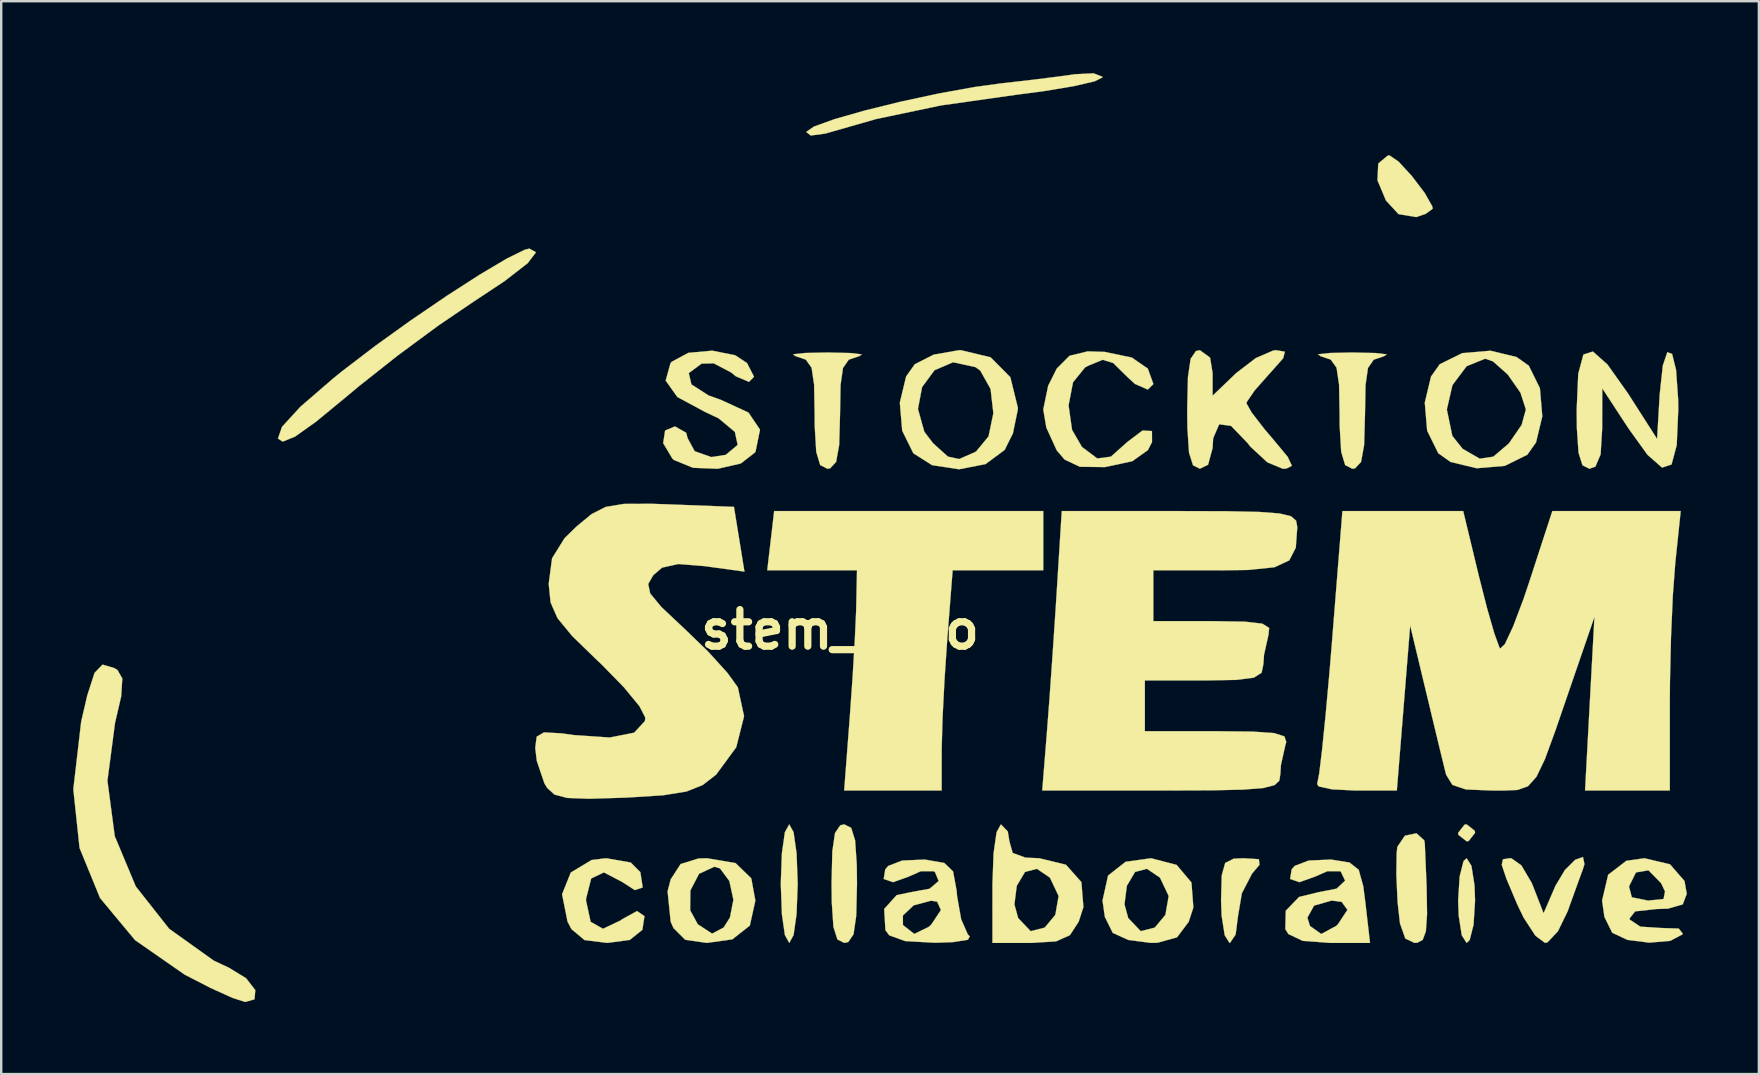
<source format=kicad_pcb>
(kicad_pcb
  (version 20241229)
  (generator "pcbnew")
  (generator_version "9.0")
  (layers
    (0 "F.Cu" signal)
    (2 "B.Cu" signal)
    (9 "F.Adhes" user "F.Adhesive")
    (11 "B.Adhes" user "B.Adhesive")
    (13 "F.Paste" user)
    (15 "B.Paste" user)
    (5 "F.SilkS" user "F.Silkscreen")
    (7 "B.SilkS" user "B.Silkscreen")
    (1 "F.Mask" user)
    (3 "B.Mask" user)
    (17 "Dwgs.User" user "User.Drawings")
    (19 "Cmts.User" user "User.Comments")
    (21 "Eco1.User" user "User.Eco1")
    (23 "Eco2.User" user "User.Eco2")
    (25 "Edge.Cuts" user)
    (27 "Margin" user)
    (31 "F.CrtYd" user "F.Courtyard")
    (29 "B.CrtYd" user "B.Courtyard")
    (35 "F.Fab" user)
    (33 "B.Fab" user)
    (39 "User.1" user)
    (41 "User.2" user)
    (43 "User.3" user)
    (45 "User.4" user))
  (footprint "stem_logo"
    (layer "F.Cu")
    (at 31.95 23.183)
    (property "Reference" "stem_logo" (at 0 0 0) (layer "F.SilkS") (effects (font (size 1.524 1.524) (thickness 0.3))))
    (attr through_hole)
    (fp_poly (pts (xy 26.448 8.382) (xy 26.458 8.467) (xy 26.19 8.809) (xy 26.106 8.819) (xy 25.763 8.551) (xy 25.753 8.467) (xy 26.021 8.124) (xy 26.106 8.114) (xy 26.448 8.382)) (stroke (width 0.01) (type solid)) (fill yes) (layer "F.SilkS"))
    (fp_poly (pts (xy 26.307 9.842) (xy 26.435 10.654) (xy 26.458 11.289) (xy 26.395 12.295) (xy 26.233 12.934) (xy 26.106 13.053) (xy 25.904 12.735) (xy 25.777 11.924) (xy 25.753 11.289) (xy 25.816 10.283) (xy 25.978 9.644) (xy 26.106 9.525) (xy 26.307 9.842)) (stroke (width 0.01) (type solid)) (fill yes) (layer "F.SilkS"))
    (fp_poly (pts (xy 23.271 -19.5) (xy 23.826 -18.897) (xy 24.36 -18.194) (xy 24.674 -17.639) (xy 24.694 -17.537) (xy 24.404 -17.324) (xy 24.005 -17.188) (xy 23.269 -17.311) (xy 22.744 -17.881) (xy 22.392 -18.721) (xy 22.424 -19.419) (xy 22.821 -19.751) (xy 22.895 -19.756) (xy 23.271 -19.5)) (stroke (width 0.01) (type solid)) (fill yes) (layer "F.SilkS"))
    (fp_poly (pts (xy 17.452 9.566) (xy 17.476 9.798) (xy 17.164 10.17) (xy 16.742 10.984) (xy 16.581 11.934) (xy 16.483 12.703) (xy 16.248 13.051) (xy 16.228 13.053) (xy 16.027 12.735) (xy 15.899 11.924) (xy 15.875 11.289) (xy 15.902 10.243) (xy 16.046 9.722) (xy 16.404 9.543) (xy 16.812 9.525) (xy 17.452 9.566)) (stroke (width 0.01) (type solid)) (fill yes) (layer "F.SilkS"))
    (fp_poly (pts (xy -1.936 8.44) (xy -1.811 9.315) (xy -1.764 10.581) (xy -1.764 10.583) (xy -1.811 11.85) (xy -1.935 12.725) (xy -2.116 13.053) (xy -2.117 13.053) (xy -2.298 12.726) (xy -2.423 11.852) (xy -2.469 10.586) (xy -2.469 10.583) (xy -2.423 9.317) (xy -2.298 8.441) (xy -2.117 8.114) (xy -2.117 8.114) (xy -1.936 8.44)) (stroke (width 0.01) (type solid)) (fill yes) (layer "F.SilkS"))
    (fp_poly (pts (xy 0.464 8.259) (xy 0.628 8.781) (xy 0.698 9.81) (xy 0.706 10.583) (xy 0.674 11.925) (xy 0.563 12.693) (xy 0.342 13.017) (xy 0.176 13.053) (xy -0.111 12.908) (xy -0.276 12.385) (xy -0.345 11.356) (xy -0.353 10.583) (xy -0.322 9.242) (xy -0.21 8.474) (xy 0.011 8.15) (xy 0.176 8.114) (xy 0.464 8.259)) (stroke (width 0.01) (type solid)) (fill yes) (layer "F.SilkS"))
    (fp_poly (pts (xy 24.343 8.783) (xy 24.363 8.908) (xy 24.439 10.677) (xy 24.458 11.86) (xy 24.408 12.571) (xy 24.276 12.928) (xy 24.051 13.046) (xy 23.935 13.053) (xy 23.552 12.872) (xy 23.329 12.238) (xy 23.229 11.339) (xy 23.179 10.203) (xy 23.192 9.299) (xy 23.221 9.046) (xy 23.535 8.586) (xy 24.016 8.485) (xy 24.343 8.783)) (stroke (width 0.01) (type solid)) (fill yes) (layer "F.SilkS"))
    (fp_poly (pts (xy 8.467 -2.469) (xy 4.691 -2.469) (xy 4.464 0.441) (xy 4.354 2.069) (xy 4.272 3.665) (xy 4.236 4.913) (xy 4.235 5.027) (xy 4.233 6.703) (xy 0.172 6.703) (xy 0.408 3.616) (xy 0.522 1.993) (xy 0.615 0.441) (xy 0.669 -0.757) (xy 0.675 -0.97) (xy 0.706 -2.469) (xy -3.033 -2.469) (xy -2.889 -3.704) (xy -2.745 -4.939) (xy 8.467 -4.939) (xy 8.467 -2.469)) (stroke (width 0.01) (type solid)) (fill yes) (layer "F.SilkS"))
    (fp_poly (pts (xy 0.437 -11.524) (xy 0.908 -11.468) (xy 0.794 -11.393) (xy 0.362 -11.246) (xy 0.123 -10.902) (xy 0.021 -10.191) (xy 0 -8.971) (xy -0.036 -7.693) (xy -0.164 -6.986) (xy -0.416 -6.717) (xy -0.529 -6.703) (xy -0.827 -6.857) (xy -0.992 -7.408) (xy -1.055 -8.487) (xy -1.058 -8.971) (xy -1.081 -10.209) (xy -1.185 -10.911) (xy -1.427 -11.25) (xy -1.852 -11.393) (xy -1.959 -11.471) (xy -1.468 -11.526) (xy -0.529 -11.546) (xy 0.437 -11.524)) (stroke (width 0.01) (type solid)) (fill yes) (layer "F.SilkS"))
    (fp_poly (pts (xy 10.931 -23.037) (xy 10.936 -23.01) (xy 10.609 -22.845) (xy 9.727 -22.641) (xy 8.435 -22.427) (xy 7.32 -22.282) (xy 4.204 -21.84) (xy 1.511 -21.275) (xy -0.617 -20.667) (xy -1.221 -20.587) (xy -1.411 -20.734) (xy -1.089 -20.959) (xy -0.225 -21.27) (xy 1.03 -21.628) (xy 2.522 -21.996) (xy 4.1 -22.335) (xy 5.611 -22.609) (xy 6.703 -22.758) (xy 8.044 -22.911) (xy 9.29 -23.069) (xy 9.79 -23.14) (xy 10.564 -23.178) (xy 10.931 -23.037)) (stroke (width 0.01) (type solid)) (fill yes) (layer "F.SilkS"))
    (fp_poly (pts (xy 22.31 -11.524) (xy 22.781 -11.468) (xy 22.666 -11.393) (xy 22.235 -11.246) (xy 21.996 -10.902) (xy 21.894 -10.191) (xy 21.872 -8.971) (xy 21.836 -7.693) (xy 21.708 -6.986) (xy 21.456 -6.717) (xy 21.343 -6.703) (xy 21.045 -6.857) (xy 20.88 -7.408) (xy 20.817 -8.487) (xy 20.814 -8.971) (xy 20.792 -10.209) (xy 20.687 -10.911) (xy 20.445 -11.25) (xy 20.02 -11.393) (xy 19.913 -11.471) (xy 20.404 -11.526) (xy 21.343 -11.546) (xy 22.31 -11.524)) (stroke (width 0.01) (type solid)) (fill yes) (layer "F.SilkS"))
    (fp_poly (pts (xy -12.669 -15.721) (xy -13.015 -15.267) (xy -13.972 -14.524) (xy -15.26 -13.671) (xy -16.741 -12.666) (xy -18.443 -11.41) (xy -20.064 -10.127) (xy -20.52 -9.745) (xy -21.831 -8.665) (xy -22.709 -8.041) (xy -23.22 -7.834) (xy -23.42 -7.96) (xy -23.249 -8.451) (xy -22.485 -9.284) (xy -21.121 -10.464) (xy -20.717 -10.789) (xy -19.369 -11.819) (xy -17.884 -12.885) (xy -16.39 -13.903) (xy -15.015 -14.789) (xy -13.887 -15.458) (xy -13.134 -15.828) (xy -12.944 -15.875) (xy -12.669 -15.721)) (stroke (width 0.01) (type solid)) (fill yes) (layer "F.SilkS"))
    (fp_poly (pts (xy 31.016 9.769) (xy 30.956 9.966) (xy 30.736 10.569) (xy 30.399 11.503) (xy 30.318 11.73) (xy 29.911 12.568) (xy 29.48 13.025) (xy 29.374 13.053) (xy 28.974 12.755) (xy 28.478 11.995) (xy 28.21 11.436) (xy 27.761 10.371) (xy 27.57 9.8) (xy 27.619 9.57) (xy 27.886 9.525) (xy 27.968 9.525) (xy 28.387 9.822) (xy 28.816 10.549) (xy 28.867 10.672) (xy 29.313 11.818) (xy 29.809 10.672) (xy 30.198 10.019) (xy 30.63 9.589) (xy 30.954 9.475) (xy 31.016 9.769)) (stroke (width 0.01) (type solid)) (fill yes) (layer "F.SilkS"))
    (fp_poly (pts (xy -8.721 9.703) (xy -8.32 10.105) (xy -8.222 10.743) (xy -8.551 10.852) (xy -9.082 10.51) (xy -9.839 10.116) (xy -10.369 10.369) (xy -10.583 11.219) (xy -10.583 11.289) (xy -10.392 12.174) (xy -9.878 12.464) (xy -9.133 12.111) (xy -9.082 12.068) (xy -8.458 11.726) (xy -8.148 11.938) (xy -8.236 12.508) (xy -8.76 12.928) (xy -9.698 13.053) (xy -10.646 12.934) (xy -11.189 12.48) (xy -11.353 12.171) (xy -11.582 11.026) (xy -11.219 10.121) (xy -10.351 9.598) (xy -9.747 9.525) (xy -8.721 9.703)) (stroke (width 0.01) (type solid)) (fill yes) (layer "F.SilkS"))
    (fp_poly (pts (xy -30.237 1.602) (xy -30.104 1.684) (xy -29.904 2.037) (xy -29.951 2.78) (xy -30.207 3.883) (xy -30.524 6.296) (xy -30.219 8.604) (xy -29.344 10.698) (xy -27.951 12.465) (xy -26.09 13.794) (xy -25.469 14.083) (xy -24.746 14.525) (xy -24.362 15.022) (xy -24.396 15.404) (xy -24.783 15.513) (xy -25.301 15.349) (xy -26.228 14.929) (xy -27.31 14.372) (xy -29.375 12.935) (xy -30.831 11.184) (xy -31.685 9.097) (xy -31.945 6.653) (xy -31.618 3.832) (xy -31.362 2.734) (xy -31.06 1.8) (xy -30.727 1.458) (xy -30.237 1.602)) (stroke (width 0.01) (type solid)) (fill yes) (layer "F.SilkS"))
    (fp_poly (pts (xy -4.354 9.727) (xy -3.698 10.363) (xy -3.528 11.289) (xy -3.759 12.332) (xy -4.487 12.904) (xy -5.547 13.053) (xy -6.448 12.924) (xy -6.939 12.436) (xy -7.056 12.171) (xy -7.105 11.692) (xy -6.245 11.692) (xy -5.927 12.277) (xy -5.33 12.667) (xy -4.849 12.411) (xy -4.586 11.994) (xy -4.443 11.255) (xy -4.612 10.473) (xy -5.002 9.949) (xy -5.234 9.878) (xy -5.872 10.171) (xy -6.236 10.867) (xy -6.245 11.692) (xy -7.105 11.692) (xy -7.185 10.904) (xy -7.056 10.407) (xy -6.641 9.766) (xy -5.904 9.537) (xy -5.547 9.525) (xy -4.354 9.727)) (stroke (width 0.01) (type solid)) (fill yes) (layer "F.SilkS"))
    (fp_poly (pts (xy 14.024 9.803) (xy 14.642 10.537) (xy 14.721 11.578) (xy 14.528 12.171) (xy 14.039 12.822) (xy 13.223 13.046) (xy 12.955 13.053) (xy 12.017 12.932) (xy 11.372 12.641) (xy 11.359 12.629) (xy 11.033 11.97) (xy 10.959 11.448) (xy 11.851 11.448) (xy 12.006 12.016) (xy 12.528 12.564) (xy 13.115 12.415) (xy 13.555 11.885) (xy 13.693 11.099) (xy 13.33 10.333) (xy 12.787 9.966) (xy 12.293 10.096) (xy 11.949 10.675) (xy 11.851 11.448) (xy 10.959 11.448) (xy 10.936 11.289) (xy 11.168 10.246) (xy 11.896 9.674) (xy 12.955 9.525) (xy 14.024 9.803)) (stroke (width 0.01) (type solid)) (fill yes) (layer "F.SilkS"))
    (fp_poly (pts (xy 31.977 -11.044) (xy 32.828 -9.842) (xy 32.86 -9.793) (xy 34.043 -7.944) (xy 34.15 -9.793) (xy 34.282 -11.008) (xy 34.469 -11.56) (xy 34.668 -11.485) (xy 34.833 -10.817) (xy 34.92 -9.592) (xy 34.925 -9.172) (xy 34.86 -7.685) (xy 34.645 -6.881) (xy 34.25 -6.75) (xy 33.645 -7.28) (xy 32.854 -8.378) (xy 31.758 -10.054) (xy 31.754 -8.378) (xy 31.689 -7.299) (xy 31.472 -6.79) (xy 31.221 -6.703) (xy 30.933 -6.848) (xy 30.769 -7.37) (xy 30.699 -8.399) (xy 30.692 -9.172) (xy 30.757 -10.66) (xy 30.972 -11.461) (xy 31.368 -11.587) (xy 31.977 -11.044)) (stroke (width 0.01) (type solid)) (fill yes) (layer "F.SilkS"))
    (fp_poly (pts (xy 6.989 8.409) (xy 7.056 8.819) (xy 7.193 9.305) (xy 7.729 9.501) (xy 8.298 9.525) (xy 9.414 9.796) (xy 10.056 10.521) (xy 10.14 11.562) (xy 9.942 12.171) (xy 9.577 12.731) (xy 9 12.989) (xy 7.97 13.053) (xy 7.945 13.053) (xy 6.35 13.053) (xy 6.35 11.448) (xy 7.265 11.448) (xy 7.42 12.016) (xy 7.942 12.564) (xy 8.528 12.415) (xy 8.969 11.885) (xy 9.107 11.099) (xy 8.744 10.333) (xy 8.201 9.966) (xy 7.707 10.096) (xy 7.363 10.675) (xy 7.265 11.448) (xy 6.35 11.448) (xy 6.35 10.583) (xy 6.397 9.317) (xy 6.522 8.441) (xy 6.702 8.114) (xy 6.703 8.114) (xy 6.989 8.409)) (stroke (width 0.01) (type solid)) (fill yes) (layer "F.SilkS"))
    (fp_poly (pts (xy 28.185 -11.359) (xy 28.697 -10.997) (xy 29.16 -10.058) (xy 29.259 -8.886) (xy 28.998 -7.799) (xy 28.635 -7.287) (xy 27.697 -6.823) (xy 26.525 -6.724) (xy 25.438 -6.985) (xy 24.926 -7.348) (xy 24.462 -8.287) (xy 24.387 -9.172) (xy 25.282 -9.172) (xy 25.51 -8.074) (xy 25.938 -7.535) (xy 26.653 -7.122) (xy 27.218 -7.206) (xy 27.869 -7.761) (xy 28.398 -8.529) (xy 28.575 -9.172) (xy 28.35 -9.87) (xy 27.82 -10.629) (xy 27.205 -11.176) (xy 26.879 -11.289) (xy 26.106 -10.975) (xy 25.515 -10.188) (xy 25.282 -9.172) (xy 24.387 -9.172) (xy 24.363 -9.459) (xy 24.624 -10.546) (xy 24.987 -11.058) (xy 25.926 -11.521) (xy 27.098 -11.62) (xy 28.185 -11.359)) (stroke (width 0.01) (type solid)) (fill yes) (layer "F.SilkS"))
    (fp_poly (pts (xy 6.275 -11.346) (xy 7.095 -10.519) (xy 7.408 -9.249) (xy 7.408 -9.172) (xy 7.202 -8.176) (xy 6.859 -7.487) (xy 6.063 -6.896) (xy 4.957 -6.681) (xy 3.835 -6.852) (xy 3.053 -7.348) (xy 2.59 -8.287) (xy 2.513 -9.194) (xy 3.246 -9.194) (xy 3.512 -8.243) (xy 3.881 -7.761) (xy 4.494 -7.209) (xy 4.96 -7.107) (xy 5.613 -7.391) (xy 5.668 -7.421) (xy 6.187 -8.05) (xy 6.388 -9.016) (xy 6.272 -10.028) (xy 5.841 -10.794) (xy 5.644 -10.936) (xy 4.709 -11.14) (xy 3.936 -10.808) (xy 3.418 -10.104) (xy 3.246 -9.194) (xy 2.513 -9.194) (xy 2.491 -9.459) (xy 2.752 -10.546) (xy 3.115 -11.058) (xy 3.901 -11.457) (xy 4.945 -11.64) (xy 5.035 -11.642) (xy 6.275 -11.346)) (stroke (width 0.01) (type solid)) (fill yes) (layer "F.SilkS"))
    (fp_poly (pts (xy 11.021 -11.572) (xy 12.155 -11.336) (xy 12.82 -10.878) (xy 12.828 -10.865) (xy 13.056 -10.231) (xy 12.822 -10.001) (xy 12.283 -10.239) (xy 11.977 -10.521) (xy 11.381 -11.108) (xy 10.942 -11.243) (xy 10.345 -10.997) (xy 10.207 -10.924) (xy 9.706 -10.303) (xy 9.522 -9.339) (xy 9.667 -8.322) (xy 10.079 -7.61) (xy 10.716 -7.133) (xy 11.285 -7.207) (xy 11.977 -7.824) (xy 12.603 -8.296) (xy 12.996 -8.273) (xy 12.999 -7.816) (xy 12.828 -7.48) (xy 12.177 -7.017) (xy 11.052 -6.775) (xy 11.021 -6.772) (xy 9.99 -6.785) (xy 9.353 -7.088) (xy 9.029 -7.468) (xy 8.595 -8.417) (xy 8.467 -9.172) (xy 8.672 -10.161) (xy 9.029 -10.876) (xy 9.563 -11.41) (xy 10.315 -11.593) (xy 11.021 -11.572)) (stroke (width 0.01) (type solid)) (fill yes) (layer "F.SilkS"))
    (fp_poly (pts (xy 34.581 9.779) (xy 35.185 10.474) (xy 35.278 11.007) (xy 35.111 11.448) (xy 34.497 11.625) (xy 34.014 11.642) (xy 33.127 11.739) (xy 32.893 12.037) (xy 32.906 12.083) (xy 33.344 12.376) (xy 34.193 12.431) (xy 34.945 12.455) (xy 35.116 12.675) (xy 35.104 12.695) (xy 34.59 12.967) (xy 33.718 13.042) (xy 32.806 12.927) (xy 32.174 12.63) (xy 32.173 12.629) (xy 31.847 11.97) (xy 31.75 11.289) (xy 31.889 10.701) (xy 32.871 10.701) (xy 32.989 11.153) (xy 33.662 11.289) (xy 33.677 11.289) (xy 34.311 11.223) (xy 34.373 10.908) (xy 34.208 10.562) (xy 33.683 10.028) (xy 33.162 10.116) (xy 32.871 10.701) (xy 31.889 10.701) (xy 32.004 10.213) (xy 32.76 9.632) (xy 33.514 9.525) (xy 34.581 9.779)) (stroke (width 0.01) (type solid)) (fill yes) (layer "F.SilkS"))
    (fp_poly (pts (xy 20.504 9.587) (xy 21.229 9.705) (xy 21.61 10.007) (xy 21.801 10.695) (xy 21.888 11.377) (xy 22.081 13.053) (xy 20.427 13.053) (xy 19.278 12.968) (xy 18.679 12.684) (xy 18.552 12.479) (xy 18.564 12) (xy 19.472 12) (xy 19.579 12.347) (xy 20.049 12.681) (xy 20.671 12.346) (xy 20.743 12.277) (xy 21.141 11.675) (xy 20.9 11.342) (xy 20.482 11.289) (xy 19.751 11.498) (xy 19.472 12) (xy 18.564 12) (xy 18.571 11.713) (xy 19.126 11.138) (xy 19.954 10.936) (xy 20.69 10.792) (xy 21.044 10.458) (xy 20.866 10.087) (xy 20.834 10.067) (xy 20.299 10.067) (xy 19.786 10.293) (xy 19.14 10.523) (xy 18.753 10.389) (xy 18.816 9.991) (xy 18.94 9.846) (xy 19.523 9.622) (xy 20.433 9.581) (xy 20.504 9.587)) (stroke (width 0.01) (type solid)) (fill yes) (layer "F.SilkS"))
    (fp_poly (pts (xy 18.533 -11.58) (xy 18.464 -11.308) (xy 17.92 -10.693) (xy 17.881 -10.652) (xy 17.273 -9.963) (xy 16.95 -9.49) (xy 16.933 -9.43) (xy 17.147 -9.049) (xy 17.688 -8.349) (xy 18.028 -7.95) (xy 18.652 -7.198) (xy 18.826 -6.826) (xy 18.592 -6.708) (xy 18.447 -6.703) (xy 17.805 -6.969) (xy 17.095 -7.626) (xy 16.982 -7.771) (xy 16.292 -8.489) (xy 15.798 -8.555) (xy 15.546 -7.975) (xy 15.522 -7.564) (xy 15.334 -6.87) (xy 14.993 -6.703) (xy 14.706 -6.848) (xy 14.541 -7.37) (xy 14.472 -8.399) (xy 14.464 -9.172) (xy 14.495 -10.514) (xy 14.607 -11.282) (xy 14.827 -11.606) (xy 14.993 -11.642) (xy 15.417 -11.332) (xy 15.522 -10.694) (xy 15.522 -9.746) (xy 16.512 -10.694) (xy 17.322 -11.314) (xy 18.055 -11.631) (xy 18.165 -11.642) (xy 18.533 -11.58)) (stroke (width 0.01) (type solid)) (fill yes) (layer "F.SilkS"))
    (fp_poly (pts (xy -4.365 -11.43) (xy -3.873 -11.104) (xy -3.584 -10.537) (xy -3.793 -10.322) (xy -4.341 -10.554) (xy -4.533 -10.712) (xy -5.264 -11.095) (xy -5.77 -11.083) (xy -6.303 -10.686) (xy -6.192 -10.216) (xy -5.481 -9.758) (xy -4.975 -9.578) (xy -3.816 -9.044) (xy -3.334 -8.331) (xy -3.519 -7.426) (xy -3.541 -7.383) (xy -4.133 -6.923) (xy -5.095 -6.702) (xy -6.124 -6.742) (xy -6.919 -7.067) (xy -6.985 -7.126) (xy -7.369 -7.769) (xy -7.289 -8.294) (xy -6.879 -8.467) (xy -6.411 -8.204) (xy -6.35 -7.975) (xy -6.056 -7.433) (xy -5.366 -7.19) (xy -4.763 -7.281) (xy -4.266 -7.696) (xy -4.382 -8.239) (xy -5.056 -8.801) (xy -5.624 -9.07) (xy -6.779 -9.692) (xy -7.265 -10.377) (xy -7.065 -11.098) (xy -7.018 -11.157) (xy -6.322 -11.532) (xy -5.324 -11.622) (xy -4.365 -11.43)) (stroke (width 0.01) (type solid)) (fill yes) (layer "F.SilkS"))
    (fp_poly (pts (xy 3.571 9.587) (xy 4.344 9.722) (xy 4.709 10.074) (xy 4.856 10.865) (xy 4.877 11.108) (xy 5.046 12.067) (xy 5.324 12.701) (xy 5.406 12.778) (xy 5.328 12.923) (xy 4.694 13.021) (xy 3.958 13.047) (xy 2.714 12.977) (xy 2.05 12.737) (xy 1.891 12.524) (xy 1.855 11.911) (xy 2.619 11.911) (xy 2.621 12.308) (xy 3.093 12.679) (xy 3.696 12.385) (xy 3.81 12.277) (xy 4.203 11.683) (xy 4.046 11.335) (xy 3.792 11.294) (xy 3.069 11.486) (xy 2.619 11.911) (xy 1.855 11.911) (xy 1.839 11.639) (xy 2.357 11.063) (xy 2.967 10.936) (xy 3.729 10.797) (xy 4.109 10.474) (xy 3.956 10.104) (xy 3.901 10.067) (xy 3.365 10.067) (xy 2.853 10.293) (xy 2.206 10.523) (xy 1.82 10.389) (xy 1.883 9.991) (xy 2.007 9.846) (xy 2.589 9.622) (xy 3.499 9.581) (xy 3.571 9.587)) (stroke (width 0.01) (type solid)) (fill yes) (layer "F.SilkS"))
    (fp_poly (pts (xy 26.623 -2.205) (xy 26.959 -0.888) (xy 27.26 0.156) (xy 27.472 0.74) (xy 27.504 0.792) (xy 27.701 0.601) (xy 28.044 -0.131) (xy 28.474 -1.269) (xy 28.701 -1.942) (xy 29.677 -4.939) (xy 35.026 -4.939) (xy 34.799 -2.77) (xy 34.699 -1.439) (xy 34.622 0.309) (xy 34.578 2.184) (xy 34.572 3.05) (xy 34.572 6.703) (xy 31.041 6.703) (xy 31.236 3.087) (xy 31.432 -0.529) (xy 30.401 2.469) (xy 29.803 4.211) (xy 29.369 5.396) (xy 29.016 6.132) (xy 28.662 6.525) (xy 28.225 6.681) (xy 27.624 6.706) (xy 27.133 6.703) (xy 26.074 6.659) (xy 25.516 6.471) (xy 25.257 6.055) (xy 25.217 5.909) (xy 25.04 5.185) (xy 24.758 4.014) (xy 24.427 2.634) (xy 24.387 2.469) (xy 23.754 -0.176) (xy 23.477 3.263) (xy 23.199 6.703) (xy 21.457 6.703) (xy 20.496 6.655) (xy 19.94 6.533) (xy 19.879 6.435) (xy 19.962 6.009) (xy 20.084 5.005) (xy 20.232 3.549) (xy 20.393 1.769) (xy 20.488 0.615) (xy 20.931 -4.939) (xy 25.964 -4.939) (xy 26.623 -2.205)) (stroke (width 0.01) (type solid)) (fill yes) (layer "F.SilkS"))
    (fp_poly (pts (xy 16.093 -4.933) (xy 17.445 -4.905) (xy 18.308 -4.84) (xy 18.791 -4.724) (xy 19.002 -4.541) (xy 19.05 -4.276) (xy 19.05 -4.262) (xy 18.989 -3.413) (xy 18.716 -2.883) (xy 18.1 -2.599) (xy 17.009 -2.486) (xy 15.837 -2.469) (xy 13.053 -2.469) (xy 13.053 -0.353) (xy 15.56 -0.353) (xy 16.867 -0.332) (xy 17.597 -0.248) (xy 17.879 -0.069) (xy 17.853 0.205) (xy 17.665 1.049) (xy 17.639 1.44) (xy 17.565 1.796) (xy 17.242 2.001) (xy 16.521 2.094) (xy 15.252 2.117) (xy 15.169 2.117) (xy 12.7 2.117) (xy 12.7 4.233) (xy 15.736 4.233) (xy 17.207 4.249) (xy 18.092 4.313) (xy 18.514 4.448) (xy 18.592 4.678) (xy 18.559 4.791) (xy 18.371 5.635) (xy 18.344 6.026) (xy 18.302 6.294) (xy 18.101 6.48) (xy 17.636 6.599) (xy 16.797 6.666) (xy 15.478 6.696) (xy 13.569 6.703) (xy 13.384 6.703) (xy 8.424 6.703) (xy 8.616 4.322) (xy 8.728 2.848) (xy 8.858 0.998) (xy 8.985 -0.901) (xy 9.023 -1.499) (xy 9.238 -4.939) (xy 14.144 -4.939) (xy 16.093 -4.933)) (stroke (width 0.01) (type solid)) (fill yes) (layer "F.SilkS"))
    (fp_poly (pts (xy -7.127 -5.218) (xy -4.42 -5.115) (xy -4.201 -3.766) (xy -3.983 -2.417) (xy -5.632 -2.644) (xy -6.746 -2.733) (xy -7.415 -2.582) (xy -7.781 -2.269) (xy -7.993 -1.901) (xy -7.91 -1.507) (xy -7.449 -0.947) (xy -6.529 -0.081) (xy -6.483 -0.039) (xy -5.495 0.916) (xy -4.686 1.809) (xy -4.259 2.402) (xy -3.998 3.61) (xy -4.325 4.902) (xy -5.162 6.041) (xy -5.718 6.472) (xy -6.391 6.743) (xy -7.372 6.902) (xy -8.854 6.996) (xy -8.993 7.002) (xy -10.452 7.047) (xy -11.367 7.013) (xy -11.898 6.873) (xy -12.203 6.596) (xy -12.316 6.408) (xy -12.634 5.473) (xy -12.7 4.922) (xy -12.639 4.46) (xy -12.333 4.281) (xy -11.597 4.322) (xy -11.108 4.392) (xy -9.596 4.495) (xy -8.579 4.295) (xy -8.13 3.809) (xy -8.114 3.665) (xy -8.358 3.19) (xy -9.004 2.404) (xy -9.923 1.463) (xy -10.125 1.273) (xy -11.166 0.261) (xy -11.774 -0.481) (xy -12.06 -1.131) (xy -12.135 -1.866) (xy -12.136 -1.932) (xy -11.998 -2.973) (xy -11.477 -3.811) (xy -10.985 -4.292) (xy -10.351 -4.815) (xy -9.764 -5.113) (xy -9.008 -5.238) (xy -7.867 -5.243) (xy -7.127 -5.218)) (stroke (width 0.01) (type solid)) (fill yes) (layer "F.SilkS")))
  (gr_rect
    (start -3 -3)
    (end 70.233 41.701)
    (stroke (width 0.1) (type default))
    (fill no)
    (layer "Edge.Cuts")))
</source>
